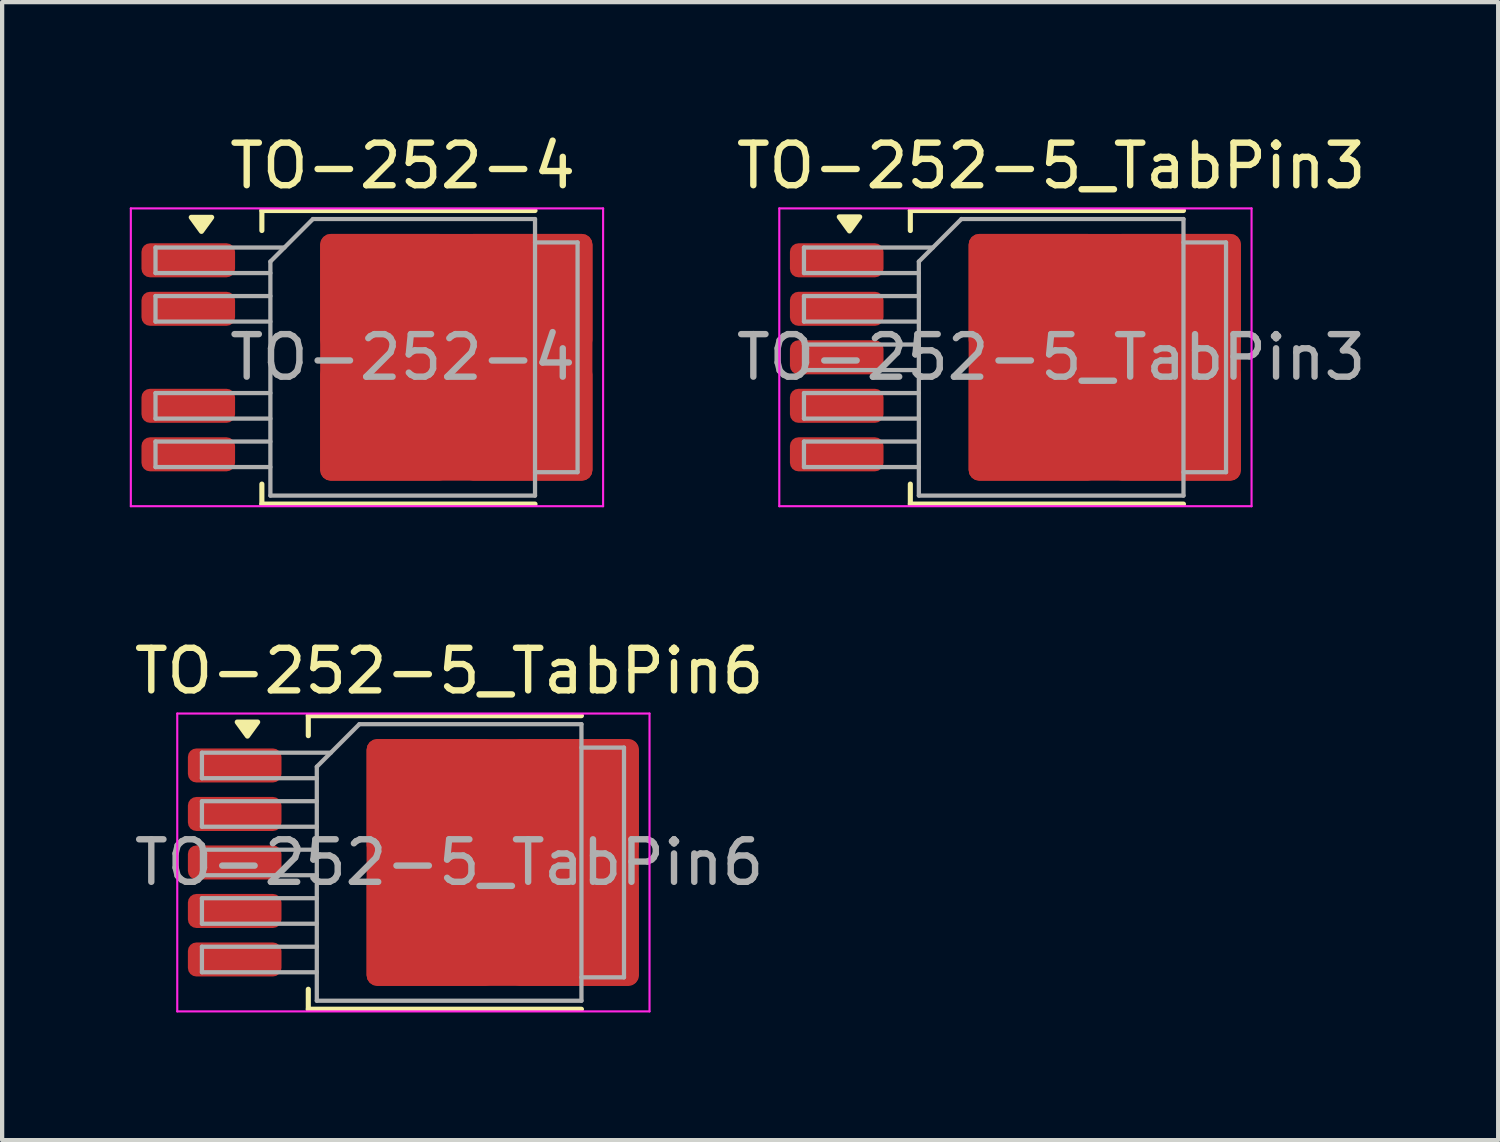
<source format=kicad_pcb>
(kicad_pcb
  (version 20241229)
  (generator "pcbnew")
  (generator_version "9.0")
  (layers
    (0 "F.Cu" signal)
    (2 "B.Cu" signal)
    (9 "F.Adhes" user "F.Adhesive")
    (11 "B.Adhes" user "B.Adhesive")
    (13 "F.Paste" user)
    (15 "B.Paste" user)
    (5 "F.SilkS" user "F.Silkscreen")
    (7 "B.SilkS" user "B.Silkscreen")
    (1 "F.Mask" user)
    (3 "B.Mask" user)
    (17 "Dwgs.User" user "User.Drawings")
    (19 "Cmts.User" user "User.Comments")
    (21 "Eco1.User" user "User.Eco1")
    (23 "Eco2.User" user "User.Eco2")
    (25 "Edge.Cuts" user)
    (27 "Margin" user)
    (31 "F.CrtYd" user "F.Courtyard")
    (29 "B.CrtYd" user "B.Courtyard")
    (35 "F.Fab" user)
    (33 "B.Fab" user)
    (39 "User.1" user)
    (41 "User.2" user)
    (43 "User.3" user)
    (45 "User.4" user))
  (footprint "TO-252-5_TabPin3"
    (layer "F.Cu")
    (at 21.656 5.348)
    (property "Reference" "TO-252-5_TabPin3" (at 0 -4.5 0) (layer "F.SilkS") (effects (font (size 1 1) (thickness 0.15))))
    (attr smd)
    (fp_line (start -3.31 -3.45) (end -3.31 -2.98) (stroke (width 0.12) (type solid)) (layer "F.SilkS"))
    (fp_line (start -3.31 3.45) (end -3.31 2.98) (stroke (width 0.12) (type solid)) (layer "F.SilkS"))
    (fp_line (start 3.11 -3.45) (end -3.31 -3.45) (stroke (width 0.12) (type solid)) (layer "F.SilkS"))
    (fp_line (start 3.11 3.45) (end -3.31 3.45) (stroke (width 0.12) (type solid)) (layer "F.SilkS"))
    (fp_poly (pts (xy -4.74 -2.97) (xy -4.98 -3.3) (xy -4.5 -3.3) (xy -4.74 -2.97)) (stroke (width 0.12) (type solid)) (fill yes) (layer "F.SilkS"))
    (fp_line (start -6.39 -3.5) (end -6.39 3.5) (stroke (width 0.05) (type solid)) (layer "F.CrtYd"))
    (fp_line (start -6.39 3.5) (end 4.71 3.5) (stroke (width 0.05) (type solid)) (layer "F.CrtYd"))
    (fp_line (start 4.71 -3.5) (end -6.39 -3.5) (stroke (width 0.05) (type solid)) (layer "F.CrtYd"))
    (fp_line (start 4.71 3.5) (end 4.71 -3.5) (stroke (width 0.05) (type solid)) (layer "F.CrtYd"))
    (fp_line (start -5.81 -2.58) (end -5.81 -1.98) (stroke (width 0.1) (type solid)) (layer "F.Fab"))
    (fp_line (start -5.81 -1.98) (end -3.11 -1.98) (stroke (width 0.1) (type solid)) (layer "F.Fab"))
    (fp_line (start -5.81 -1.44) (end -5.81 -0.84) (stroke (width 0.1) (type solid)) (layer "F.Fab"))
    (fp_line (start -5.81 -0.84) (end -3.11 -0.84) (stroke (width 0.1) (type solid)) (layer "F.Fab"))
    (fp_line (start -5.81 -0.3) (end -5.81 0.3) (stroke (width 0.1) (type solid)) (layer "F.Fab"))
    (fp_line (start -5.81 0.3) (end -3.11 0.3) (stroke (width 0.1) (type solid)) (layer "F.Fab"))
    (fp_line (start -5.81 0.84) (end -5.81 1.44) (stroke (width 0.1) (type solid)) (layer "F.Fab"))
    (fp_line (start -5.81 1.44) (end -3.11 1.44) (stroke (width 0.1) (type solid)) (layer "F.Fab"))
    (fp_line (start -5.81 1.98) (end -5.81 2.58) (stroke (width 0.1) (type solid)) (layer "F.Fab"))
    (fp_line (start -5.81 2.58) (end -3.11 2.58) (stroke (width 0.1) (type solid)) (layer "F.Fab"))
    (fp_line (start -3.11 -2.25) (end -2.11 -3.25) (stroke (width 0.1) (type solid)) (layer "F.Fab"))
    (fp_line (start -3.11 -1.44) (end -5.81 -1.44) (stroke (width 0.1) (type solid)) (layer "F.Fab"))
    (fp_line (start -3.11 -0.3) (end -5.81 -0.3) (stroke (width 0.1) (type solid)) (layer "F.Fab"))
    (fp_line (start -3.11 0.84) (end -5.81 0.84) (stroke (width 0.1) (type solid)) (layer "F.Fab"))
    (fp_line (start -3.11 1.98) (end -5.81 1.98) (stroke (width 0.1) (type solid)) (layer "F.Fab"))
    (fp_line (start -3.11 3.25) (end -3.11 -2.25) (stroke (width 0.1) (type solid)) (layer "F.Fab"))
    (fp_line (start -2.78 -2.58) (end -5.81 -2.58) (stroke (width 0.1) (type solid)) (layer "F.Fab"))
    (fp_line (start -2.11 -3.25) (end 3.11 -3.25) (stroke (width 0.1) (type solid)) (layer "F.Fab"))
    (fp_line (start 3.11 -3.25) (end 3.11 3.25) (stroke (width 0.1) (type solid)) (layer "F.Fab"))
    (fp_line (start 3.11 -2.7) (end 4.11 -2.7) (stroke (width 0.1) (type solid)) (layer "F.Fab"))
    (fp_line (start 3.11 3.25) (end -3.11 3.25) (stroke (width 0.1) (type solid)) (layer "F.Fab"))
    (fp_line (start 4.11 -2.7) (end 4.11 2.7) (stroke (width 0.1) (type solid)) (layer "F.Fab"))
    (fp_line (start 4.11 2.7) (end 3.11 2.7) (stroke (width 0.1) (type solid)) (layer "F.Fab"))
    (fp_text user "${REFERENCE}" (at 0 0 0) (layer "F.Fab") (effects (font (size 1 1) (thickness 0.15))))
    (pad "1" smd roundrect (at -5.04 -2.28) (size 2.2 0.8) (layers "F.Cu" "F.Mask" "F.Paste") (roundrect_rratio 0.25))
    (pad "2" smd roundrect (at -5.04 -1.14) (size 2.2 0.8) (layers "F.Cu" "F.Mask" "F.Paste") (roundrect_rratio 0.25))
    (pad "3" smd roundrect (at -5.04 0) (size 2.2 0.8) (layers "F.Cu" "F.Mask" "F.Paste") (roundrect_rratio 0.25))
    (pad "3" smd roundrect (at -0.415 -1.525) (size 3.05 2.75) (layers "F.Cu" "F.Paste") (roundrect_rratio 0.091))
    (pad "3" smd roundrect (at -0.415 1.525) (size 3.05 2.75) (layers "F.Cu" "F.Paste") (roundrect_rratio 0.091))
    (pad "3" smd roundrect (at 1.26 0) (size 6.4 5.8) (layers "F.Cu" "F.Mask") (roundrect_rratio 0.043))
    (pad "3" smd roundrect (at 2.935 -1.525) (size 3.05 2.75) (layers "F.Cu" "F.Paste") (roundrect_rratio 0.091))
    (pad "3" smd roundrect (at 2.935 1.525) (size 3.05 2.75) (layers "F.Cu" "F.Paste") (roundrect_rratio 0.091))
    (pad "4" smd roundrect (at -5.04 1.14) (size 2.2 0.8) (layers "F.Cu" "F.Mask" "F.Paste") (roundrect_rratio 0.25))
    (pad "5" smd roundrect (at -5.04 2.28) (size 2.2 0.8) (layers "F.Cu" "F.Mask" "F.Paste") (roundrect_rratio 0.25)))
  (footprint "TO-252-5_TabPin6"
    (layer "F.Cu")
    (at 7.506 17.221)
    (property "Reference" "TO-252-5_TabPin6" (at 0 -4.5 0) (layer "F.SilkS") (effects (font (size 1 1) (thickness 0.15))))
    (attr smd)
    (fp_line (start -3.31 -3.45) (end -3.31 -2.98) (stroke (width 0.12) (type solid)) (layer "F.SilkS"))
    (fp_line (start -3.31 3.45) (end -3.31 2.98) (stroke (width 0.12) (type solid)) (layer "F.SilkS"))
    (fp_line (start 3.11 -3.45) (end -3.31 -3.45) (stroke (width 0.12) (type solid)) (layer "F.SilkS"))
    (fp_line (start 3.11 3.45) (end -3.31 3.45) (stroke (width 0.12) (type solid)) (layer "F.SilkS"))
    (fp_poly (pts (xy -4.74 -2.97) (xy -4.98 -3.3) (xy -4.5 -3.3) (xy -4.74 -2.97)) (stroke (width 0.12) (type solid)) (fill yes) (layer "F.SilkS"))
    (fp_line (start -6.39 -3.5) (end -6.39 3.5) (stroke (width 0.05) (type solid)) (layer "F.CrtYd"))
    (fp_line (start -6.39 3.5) (end 4.71 3.5) (stroke (width 0.05) (type solid)) (layer "F.CrtYd"))
    (fp_line (start 4.71 -3.5) (end -6.39 -3.5) (stroke (width 0.05) (type solid)) (layer "F.CrtYd"))
    (fp_line (start 4.71 3.5) (end 4.71 -3.5) (stroke (width 0.05) (type solid)) (layer "F.CrtYd"))
    (fp_line (start -5.81 -2.58) (end -5.81 -1.98) (stroke (width 0.1) (type solid)) (layer "F.Fab"))
    (fp_line (start -5.81 -1.98) (end -3.11 -1.98) (stroke (width 0.1) (type solid)) (layer "F.Fab"))
    (fp_line (start -5.81 -1.44) (end -5.81 -0.84) (stroke (width 0.1) (type solid)) (layer "F.Fab"))
    (fp_line (start -5.81 -0.84) (end -3.11 -0.84) (stroke (width 0.1) (type solid)) (layer "F.Fab"))
    (fp_line (start -5.81 -0.3) (end -5.81 0.3) (stroke (width 0.1) (type solid)) (layer "F.Fab"))
    (fp_line (start -5.81 0.3) (end -3.11 0.3) (stroke (width 0.1) (type solid)) (layer "F.Fab"))
    (fp_line (start -5.81 0.84) (end -5.81 1.44) (stroke (width 0.1) (type solid)) (layer "F.Fab"))
    (fp_line (start -5.81 1.44) (end -3.11 1.44) (stroke (width 0.1) (type solid)) (layer "F.Fab"))
    (fp_line (start -5.81 1.98) (end -5.81 2.58) (stroke (width 0.1) (type solid)) (layer "F.Fab"))
    (fp_line (start -5.81 2.58) (end -3.11 2.58) (stroke (width 0.1) (type solid)) (layer "F.Fab"))
    (fp_line (start -3.11 -2.25) (end -2.11 -3.25) (stroke (width 0.1) (type solid)) (layer "F.Fab"))
    (fp_line (start -3.11 -1.44) (end -5.81 -1.44) (stroke (width 0.1) (type solid)) (layer "F.Fab"))
    (fp_line (start -3.11 -0.3) (end -5.81 -0.3) (stroke (width 0.1) (type solid)) (layer "F.Fab"))
    (fp_line (start -3.11 0.84) (end -5.81 0.84) (stroke (width 0.1) (type solid)) (layer "F.Fab"))
    (fp_line (start -3.11 1.98) (end -5.81 1.98) (stroke (width 0.1) (type solid)) (layer "F.Fab"))
    (fp_line (start -3.11 3.25) (end -3.11 -2.25) (stroke (width 0.1) (type solid)) (layer "F.Fab"))
    (fp_line (start -2.78 -2.58) (end -5.81 -2.58) (stroke (width 0.1) (type solid)) (layer "F.Fab"))
    (fp_line (start -2.11 -3.25) (end 3.11 -3.25) (stroke (width 0.1) (type solid)) (layer "F.Fab"))
    (fp_line (start 3.11 -3.25) (end 3.11 3.25) (stroke (width 0.1) (type solid)) (layer "F.Fab"))
    (fp_line (start 3.11 -2.7) (end 4.11 -2.7) (stroke (width 0.1) (type solid)) (layer "F.Fab"))
    (fp_line (start 3.11 3.25) (end -3.11 3.25) (stroke (width 0.1) (type solid)) (layer "F.Fab"))
    (fp_line (start 4.11 -2.7) (end 4.11 2.7) (stroke (width 0.1) (type solid)) (layer "F.Fab"))
    (fp_line (start 4.11 2.7) (end 3.11 2.7) (stroke (width 0.1) (type solid)) (layer "F.Fab"))
    (fp_text user "${REFERENCE}" (at 0 0 0) (layer "F.Fab") (effects (font (size 1 1) (thickness 0.15))))
    (pad "1" smd roundrect (at -5.04 -2.28) (size 2.2 0.8) (layers "F.Cu" "F.Mask" "F.Paste") (roundrect_rratio 0.25))
    (pad "2" smd roundrect (at -5.04 -1.14) (size 2.2 0.8) (layers "F.Cu" "F.Mask" "F.Paste") (roundrect_rratio 0.25))
    (pad "3" smd roundrect (at -5.04 0) (size 2.2 0.8) (layers "F.Cu" "F.Mask" "F.Paste") (roundrect_rratio 0.25))
    (pad "4" smd roundrect (at -5.04 1.14) (size 2.2 0.8) (layers "F.Cu" "F.Mask" "F.Paste") (roundrect_rratio 0.25))
    (pad "5" smd roundrect (at -5.04 2.28) (size 2.2 0.8) (layers "F.Cu" "F.Mask" "F.Paste") (roundrect_rratio 0.25))
    (pad "6" smd roundrect (at -0.415 -1.525) (size 3.05 2.75) (layers "F.Cu" "F.Paste") (roundrect_rratio 0.091))
    (pad "6" smd roundrect (at -0.415 1.525) (size 3.05 2.75) (layers "F.Cu" "F.Paste") (roundrect_rratio 0.091))
    (pad "6" smd roundrect (at 1.26 0) (size 6.4 5.8) (layers "F.Cu" "F.Mask") (roundrect_rratio 0.043))
    (pad "6" smd roundrect (at 2.935 -1.525) (size 3.05 2.75) (layers "F.Cu" "F.Paste") (roundrect_rratio 0.091))
    (pad "6" smd roundrect (at 2.935 1.525) (size 3.05 2.75) (layers "F.Cu" "F.Paste") (roundrect_rratio 0.091)))
  (footprint "TO-252-4"
    (layer "F.Cu")
    (at 6.415 5.348)
    (property "Reference" "TO-252-4" (at 0 -4.5 0) (layer "F.SilkS") (effects (font (size 1 1) (thickness 0.15))))
    (attr smd)
    (fp_line (start -3.31 -3.45) (end -3.31 -2.98) (stroke (width 0.12) (type solid)) (layer "F.SilkS"))
    (fp_line (start -3.31 3.45) (end -3.31 2.98) (stroke (width 0.12) (type solid)) (layer "F.SilkS"))
    (fp_line (start 3.11 -3.45) (end -3.31 -3.45) (stroke (width 0.12) (type solid)) (layer "F.SilkS"))
    (fp_line (start 3.11 3.45) (end -3.31 3.45) (stroke (width 0.12) (type solid)) (layer "F.SilkS"))
    (fp_poly (pts (xy -4.73 -2.96) (xy -4.97 -3.29) (xy -4.49 -3.29) (xy -4.73 -2.96)) (stroke (width 0.12) (type solid)) (fill yes) (layer "F.SilkS"))
    (fp_line (start -6.39 -3.5) (end -6.39 3.5) (stroke (width 0.05) (type solid)) (layer "F.CrtYd"))
    (fp_line (start -6.39 3.5) (end 4.71 3.5) (stroke (width 0.05) (type solid)) (layer "F.CrtYd"))
    (fp_line (start 4.71 -3.5) (end -6.39 -3.5) (stroke (width 0.05) (type solid)) (layer "F.CrtYd"))
    (fp_line (start 4.71 3.5) (end 4.71 -3.5) (stroke (width 0.05) (type solid)) (layer "F.CrtYd"))
    (fp_line (start -5.81 -2.58) (end -5.81 -1.98) (stroke (width 0.1) (type solid)) (layer "F.Fab"))
    (fp_line (start -5.81 -1.98) (end -3.11 -1.98) (stroke (width 0.1) (type solid)) (layer "F.Fab"))
    (fp_line (start -5.81 -1.44) (end -5.81 -0.84) (stroke (width 0.1) (type solid)) (layer "F.Fab"))
    (fp_line (start -5.81 -0.84) (end -3.11 -0.84) (stroke (width 0.1) (type solid)) (layer "F.Fab"))
    (fp_line (start -5.81 0.84) (end -5.81 1.44) (stroke (width 0.1) (type solid)) (layer "F.Fab"))
    (fp_line (start -5.81 1.44) (end -3.11 1.44) (stroke (width 0.1) (type solid)) (layer "F.Fab"))
    (fp_line (start -5.81 1.98) (end -5.81 2.58) (stroke (width 0.1) (type solid)) (layer "F.Fab"))
    (fp_line (start -5.81 2.58) (end -3.11 2.58) (stroke (width 0.1) (type solid)) (layer "F.Fab"))
    (fp_line (start -3.11 -2.25) (end -2.11 -3.25) (stroke (width 0.1) (type solid)) (layer "F.Fab"))
    (fp_line (start -3.11 -1.44) (end -5.81 -1.44) (stroke (width 0.1) (type solid)) (layer "F.Fab"))
    (fp_line (start -3.11 0.84) (end -5.81 0.84) (stroke (width 0.1) (type solid)) (layer "F.Fab"))
    (fp_line (start -3.11 1.98) (end -5.81 1.98) (stroke (width 0.1) (type solid)) (layer "F.Fab"))
    (fp_line (start -3.11 3.25) (end -3.11 -2.25) (stroke (width 0.1) (type solid)) (layer "F.Fab"))
    (fp_line (start -2.78 -2.58) (end -5.81 -2.58) (stroke (width 0.1) (type solid)) (layer "F.Fab"))
    (fp_line (start -2.11 -3.25) (end 3.11 -3.25) (stroke (width 0.1) (type solid)) (layer "F.Fab"))
    (fp_line (start 3.11 -3.25) (end 3.11 3.25) (stroke (width 0.1) (type solid)) (layer "F.Fab"))
    (fp_line (start 3.11 -2.7) (end 4.11 -2.7) (stroke (width 0.1) (type solid)) (layer "F.Fab"))
    (fp_line (start 3.11 3.25) (end -3.11 3.25) (stroke (width 0.1) (type solid)) (layer "F.Fab"))
    (fp_line (start 4.11 -2.7) (end 4.11 2.7) (stroke (width 0.1) (type solid)) (layer "F.Fab"))
    (fp_line (start 4.11 2.7) (end 3.11 2.7) (stroke (width 0.1) (type solid)) (layer "F.Fab"))
    (fp_text user "${REFERENCE}" (at 0 0 0) (layer "F.Fab") (effects (font (size 1 1) (thickness 0.15))))
    (pad "1" smd roundrect (at -5.04 -2.28) (size 2.2 0.8) (layers "F.Cu" "F.Mask" "F.Paste") (roundrect_rratio 0.25))
    (pad "2" smd roundrect (at -5.04 -1.14) (size 2.2 0.8) (layers "F.Cu" "F.Mask" "F.Paste") (roundrect_rratio 0.25))
    (pad "3" smd roundrect (at -0.415 -1.525) (size 3.05 2.75) (layers "F.Cu" "F.Paste") (roundrect_rratio 0.091))
    (pad "3" smd roundrect (at -0.415 1.525) (size 3.05 2.75) (layers "F.Cu" "F.Paste") (roundrect_rratio 0.091))
    (pad "3" smd roundrect (at 1.26 0) (size 6.4 5.8) (layers "F.Cu" "F.Mask") (roundrect_rratio 0.043))
    (pad "3" smd roundrect (at 2.935 -1.525) (size 3.05 2.75) (layers "F.Cu" "F.Paste") (roundrect_rratio 0.091))
    (pad "3" smd roundrect (at 2.935 1.525) (size 3.05 2.75) (layers "F.Cu" "F.Paste") (roundrect_rratio 0.091))
    (pad "4" smd roundrect (at -5.04 1.14) (size 2.2 0.8) (layers "F.Cu" "F.Mask" "F.Paste") (roundrect_rratio 0.25))
    (pad "5" smd roundrect (at -5.04 2.28) (size 2.2 0.8) (layers "F.Cu" "F.Mask" "F.Paste") (roundrect_rratio 0.25)))
  (gr_rect
    (start -3 -3)
    (end 32.162 23.747)
    (stroke (width 0.1) (type default))
    (fill no)
    (layer "Edge.Cuts")))
</source>
